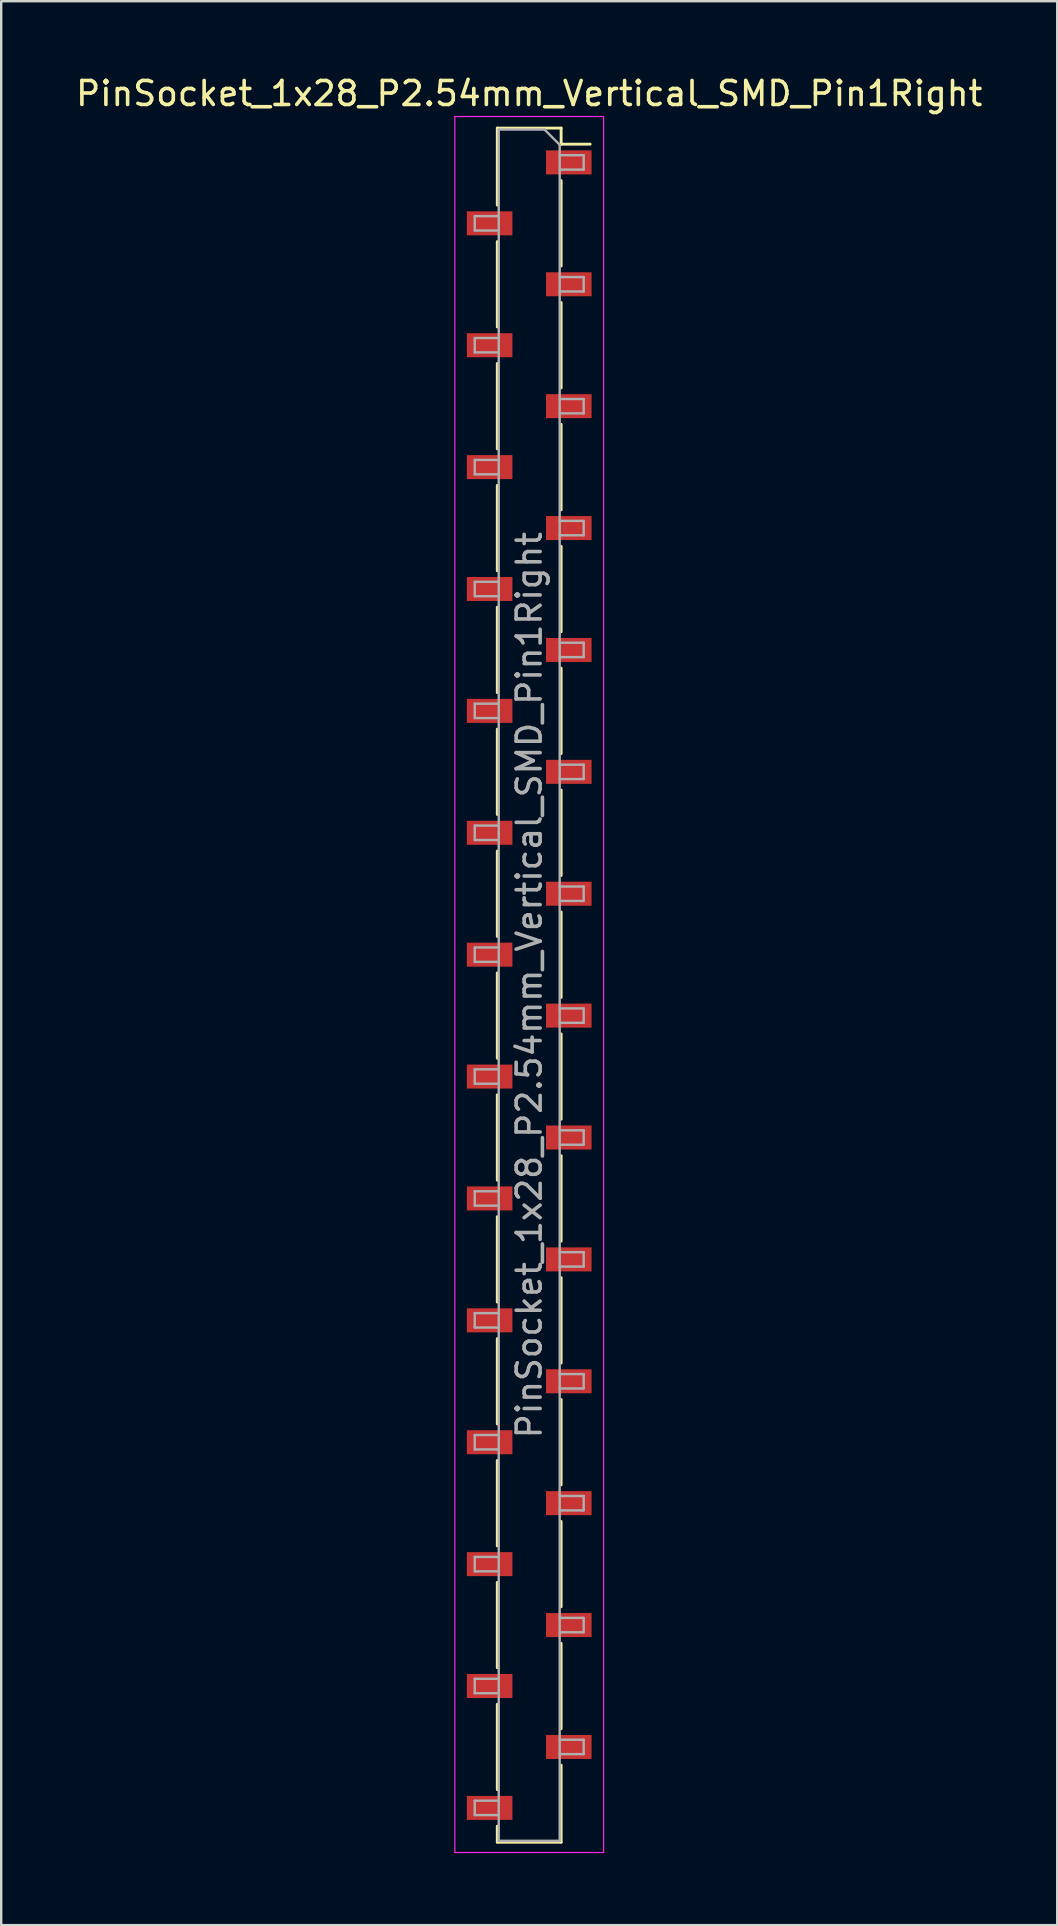
<source format=kicad_pcb>
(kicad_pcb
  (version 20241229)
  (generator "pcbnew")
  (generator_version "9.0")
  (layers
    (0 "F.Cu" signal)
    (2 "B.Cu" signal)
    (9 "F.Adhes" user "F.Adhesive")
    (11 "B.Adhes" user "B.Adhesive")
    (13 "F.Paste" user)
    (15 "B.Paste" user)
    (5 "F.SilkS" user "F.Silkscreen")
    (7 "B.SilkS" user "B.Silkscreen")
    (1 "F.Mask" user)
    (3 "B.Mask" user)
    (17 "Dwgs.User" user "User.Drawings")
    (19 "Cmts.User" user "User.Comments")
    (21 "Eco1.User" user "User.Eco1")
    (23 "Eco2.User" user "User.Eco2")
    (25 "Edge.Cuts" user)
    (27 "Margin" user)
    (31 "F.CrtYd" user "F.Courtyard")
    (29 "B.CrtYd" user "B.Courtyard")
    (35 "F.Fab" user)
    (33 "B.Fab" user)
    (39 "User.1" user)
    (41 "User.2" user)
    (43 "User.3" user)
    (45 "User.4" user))
  (footprint "PinSocket_1x28_P2.54mm_Vertical_SMD_Pin1Right"
    (layer "F.Cu")
    (at 19.006 38.008)
    (property "Reference" "PinSocket_1x28_P2.54mm_Vertical_SMD_Pin1Right" (at 0 -37.16 0) (layer "F.SilkS") (effects (font (size 1 1) (thickness 0.15))))
    (attr smd)
    (fp_line (start -1.33 -35.72) (end -1.33 -32.51) (stroke (width 0.12) (type solid)) (layer "F.SilkS"))
    (fp_line (start -1.33 -35.72) (end 1.33 -35.72) (stroke (width 0.12) (type solid)) (layer "F.SilkS"))
    (fp_line (start -1.33 -30.99) (end -1.33 -27.43) (stroke (width 0.12) (type solid)) (layer "F.SilkS"))
    (fp_line (start -1.33 -25.91) (end -1.33 -22.35) (stroke (width 0.12) (type solid)) (layer "F.SilkS"))
    (fp_line (start -1.33 -20.83) (end -1.33 -17.27) (stroke (width 0.12) (type solid)) (layer "F.SilkS"))
    (fp_line (start -1.33 -15.75) (end -1.33 -12.19) (stroke (width 0.12) (type solid)) (layer "F.SilkS"))
    (fp_line (start -1.33 -10.67) (end -1.33 -7.11) (stroke (width 0.12) (type solid)) (layer "F.SilkS"))
    (fp_line (start -1.33 -5.59) (end -1.33 -2.03) (stroke (width 0.12) (type solid)) (layer "F.SilkS"))
    (fp_line (start -1.33 -0.51) (end -1.33 3.05) (stroke (width 0.12) (type solid)) (layer "F.SilkS"))
    (fp_line (start -1.33 4.57) (end -1.33 8.13) (stroke (width 0.12) (type solid)) (layer "F.SilkS"))
    (fp_line (start -1.33 9.65) (end -1.33 13.21) (stroke (width 0.12) (type solid)) (layer "F.SilkS"))
    (fp_line (start -1.33 14.73) (end -1.33 18.29) (stroke (width 0.12) (type solid)) (layer "F.SilkS"))
    (fp_line (start -1.33 19.81) (end -1.33 23.37) (stroke (width 0.12) (type solid)) (layer "F.SilkS"))
    (fp_line (start -1.33 24.89) (end -1.33 28.45) (stroke (width 0.12) (type solid)) (layer "F.SilkS"))
    (fp_line (start -1.33 29.97) (end -1.33 33.53) (stroke (width 0.12) (type solid)) (layer "F.SilkS"))
    (fp_line (start -1.33 35.05) (end -1.33 35.72) (stroke (width 0.12) (type solid)) (layer "F.SilkS"))
    (fp_line (start -1.33 35.72) (end 1.33 35.72) (stroke (width 0.12) (type solid)) (layer "F.SilkS"))
    (fp_line (start 1.33 -35.72) (end 1.33 -35.05) (stroke (width 0.12) (type solid)) (layer "F.SilkS"))
    (fp_line (start 1.33 -35.05) (end 2.54 -35.05) (stroke (width 0.12) (type solid)) (layer "F.SilkS"))
    (fp_line (start 1.33 -33.53) (end 1.33 -29.97) (stroke (width 0.12) (type solid)) (layer "F.SilkS"))
    (fp_line (start 1.33 -28.45) (end 1.33 -24.89) (stroke (width 0.12) (type solid)) (layer "F.SilkS"))
    (fp_line (start 1.33 -23.37) (end 1.33 -19.81) (stroke (width 0.12) (type solid)) (layer "F.SilkS"))
    (fp_line (start 1.33 -18.29) (end 1.33 -14.73) (stroke (width 0.12) (type solid)) (layer "F.SilkS"))
    (fp_line (start 1.33 -13.21) (end 1.33 -9.65) (stroke (width 0.12) (type solid)) (layer "F.SilkS"))
    (fp_line (start 1.33 -8.13) (end 1.33 -4.57) (stroke (width 0.12) (type solid)) (layer "F.SilkS"))
    (fp_line (start 1.33 -3.05) (end 1.33 0.51) (stroke (width 0.12) (type solid)) (layer "F.SilkS"))
    (fp_line (start 1.33 2.03) (end 1.33 5.59) (stroke (width 0.12) (type solid)) (layer "F.SilkS"))
    (fp_line (start 1.33 7.11) (end 1.33 10.67) (stroke (width 0.12) (type solid)) (layer "F.SilkS"))
    (fp_line (start 1.33 12.19) (end 1.33 15.75) (stroke (width 0.12) (type solid)) (layer "F.SilkS"))
    (fp_line (start 1.33 17.27) (end 1.33 20.83) (stroke (width 0.12) (type solid)) (layer "F.SilkS"))
    (fp_line (start 1.33 22.35) (end 1.33 25.91) (stroke (width 0.12) (type solid)) (layer "F.SilkS"))
    (fp_line (start 1.33 27.43) (end 1.33 30.99) (stroke (width 0.12) (type solid)) (layer "F.SilkS"))
    (fp_line (start 1.33 32.51) (end 1.33 35.72) (stroke (width 0.12) (type solid)) (layer "F.SilkS"))
    (fp_line (start -3.1 -36.2) (end 3.1 -36.2) (stroke (width 0.05) (type solid)) (layer "F.CrtYd"))
    (fp_line (start -3.1 36.15) (end -3.1 -36.2) (stroke (width 0.05) (type solid)) (layer "F.CrtYd"))
    (fp_line (start 3.1 -36.2) (end 3.1 36.15) (stroke (width 0.05) (type solid)) (layer "F.CrtYd"))
    (fp_line (start 3.1 36.15) (end -3.1 36.15) (stroke (width 0.05) (type solid)) (layer "F.CrtYd"))
    (fp_line (start -2.27 -32.05) (end -1.27 -32.05) (stroke (width 0.1) (type solid)) (layer "F.Fab"))
    (fp_line (start -2.27 -31.45) (end -2.27 -32.05) (stroke (width 0.1) (type solid)) (layer "F.Fab"))
    (fp_line (start -2.27 -26.97) (end -1.27 -26.97) (stroke (width 0.1) (type solid)) (layer "F.Fab"))
    (fp_line (start -2.27 -26.37) (end -2.27 -26.97) (stroke (width 0.1) (type solid)) (layer "F.Fab"))
    (fp_line (start -2.27 -21.89) (end -1.27 -21.89) (stroke (width 0.1) (type solid)) (layer "F.Fab"))
    (fp_line (start -2.27 -21.29) (end -2.27 -21.89) (stroke (width 0.1) (type solid)) (layer "F.Fab"))
    (fp_line (start -2.27 -16.81) (end -1.27 -16.81) (stroke (width 0.1) (type solid)) (layer "F.Fab"))
    (fp_line (start -2.27 -16.21) (end -2.27 -16.81) (stroke (width 0.1) (type solid)) (layer "F.Fab"))
    (fp_line (start -2.27 -11.73) (end -1.27 -11.73) (stroke (width 0.1) (type solid)) (layer "F.Fab"))
    (fp_line (start -2.27 -11.13) (end -2.27 -11.73) (stroke (width 0.1) (type solid)) (layer "F.Fab"))
    (fp_line (start -2.27 -6.65) (end -1.27 -6.65) (stroke (width 0.1) (type solid)) (layer "F.Fab"))
    (fp_line (start -2.27 -6.05) (end -2.27 -6.65) (stroke (width 0.1) (type solid)) (layer "F.Fab"))
    (fp_line (start -2.27 -1.57) (end -1.27 -1.57) (stroke (width 0.1) (type solid)) (layer "F.Fab"))
    (fp_line (start -2.27 -0.97) (end -2.27 -1.57) (stroke (width 0.1) (type solid)) (layer "F.Fab"))
    (fp_line (start -2.27 3.51) (end -1.27 3.51) (stroke (width 0.1) (type solid)) (layer "F.Fab"))
    (fp_line (start -2.27 4.11) (end -2.27 3.51) (stroke (width 0.1) (type solid)) (layer "F.Fab"))
    (fp_line (start -2.27 8.59) (end -1.27 8.59) (stroke (width 0.1) (type solid)) (layer "F.Fab"))
    (fp_line (start -2.27 9.19) (end -2.27 8.59) (stroke (width 0.1) (type solid)) (layer "F.Fab"))
    (fp_line (start -2.27 13.67) (end -1.27 13.67) (stroke (width 0.1) (type solid)) (layer "F.Fab"))
    (fp_line (start -2.27 14.27) (end -2.27 13.67) (stroke (width 0.1) (type solid)) (layer "F.Fab"))
    (fp_line (start -2.27 18.75) (end -1.27 18.75) (stroke (width 0.1) (type solid)) (layer "F.Fab"))
    (fp_line (start -2.27 19.35) (end -2.27 18.75) (stroke (width 0.1) (type solid)) (layer "F.Fab"))
    (fp_line (start -2.27 23.83) (end -1.27 23.83) (stroke (width 0.1) (type solid)) (layer "F.Fab"))
    (fp_line (start -2.27 24.43) (end -2.27 23.83) (stroke (width 0.1) (type solid)) (layer "F.Fab"))
    (fp_line (start -2.27 28.91) (end -1.27 28.91) (stroke (width 0.1) (type solid)) (layer "F.Fab"))
    (fp_line (start -2.27 29.51) (end -2.27 28.91) (stroke (width 0.1) (type solid)) (layer "F.Fab"))
    (fp_line (start -2.27 33.99) (end -1.27 33.99) (stroke (width 0.1) (type solid)) (layer "F.Fab"))
    (fp_line (start -2.27 34.59) (end -2.27 33.99) (stroke (width 0.1) (type solid)) (layer "F.Fab"))
    (fp_line (start -1.27 -35.66) (end 0.635 -35.66) (stroke (width 0.1) (type solid)) (layer "F.Fab"))
    (fp_line (start -1.27 -31.45) (end -2.27 -31.45) (stroke (width 0.1) (type solid)) (layer "F.Fab"))
    (fp_line (start -1.27 -26.37) (end -2.27 -26.37) (stroke (width 0.1) (type solid)) (layer "F.Fab"))
    (fp_line (start -1.27 -21.29) (end -2.27 -21.29) (stroke (width 0.1) (type solid)) (layer "F.Fab"))
    (fp_line (start -1.27 -16.21) (end -2.27 -16.21) (stroke (width 0.1) (type solid)) (layer "F.Fab"))
    (fp_line (start -1.27 -11.13) (end -2.27 -11.13) (stroke (width 0.1) (type solid)) (layer "F.Fab"))
    (fp_line (start -1.27 -6.05) (end -2.27 -6.05) (stroke (width 0.1) (type solid)) (layer "F.Fab"))
    (fp_line (start -1.27 -0.97) (end -2.27 -0.97) (stroke (width 0.1) (type solid)) (layer "F.Fab"))
    (fp_line (start -1.27 4.11) (end -2.27 4.11) (stroke (width 0.1) (type solid)) (layer "F.Fab"))
    (fp_line (start -1.27 9.19) (end -2.27 9.19) (stroke (width 0.1) (type solid)) (layer "F.Fab"))
    (fp_line (start -1.27 14.27) (end -2.27 14.27) (stroke (width 0.1) (type solid)) (layer "F.Fab"))
    (fp_line (start -1.27 19.35) (end -2.27 19.35) (stroke (width 0.1) (type solid)) (layer "F.Fab"))
    (fp_line (start -1.27 24.43) (end -2.27 24.43) (stroke (width 0.1) (type solid)) (layer "F.Fab"))
    (fp_line (start -1.27 29.51) (end -2.27 29.51) (stroke (width 0.1) (type solid)) (layer "F.Fab"))
    (fp_line (start -1.27 34.59) (end -2.27 34.59) (stroke (width 0.1) (type solid)) (layer "F.Fab"))
    (fp_line (start -1.27 35.66) (end -1.27 -35.66) (stroke (width 0.1) (type solid)) (layer "F.Fab"))
    (fp_line (start 0.635 -35.66) (end 1.27 -35.025) (stroke (width 0.1) (type solid)) (layer "F.Fab"))
    (fp_line (start 1.27 -35.025) (end 1.27 35.66) (stroke (width 0.1) (type solid)) (layer "F.Fab"))
    (fp_line (start 1.27 -34.59) (end 2.27 -34.59) (stroke (width 0.1) (type solid)) (layer "F.Fab"))
    (fp_line (start 1.27 -29.51) (end 2.27 -29.51) (stroke (width 0.1) (type solid)) (layer "F.Fab"))
    (fp_line (start 1.27 -24.43) (end 2.27 -24.43) (stroke (width 0.1) (type solid)) (layer "F.Fab"))
    (fp_line (start 1.27 -19.35) (end 2.27 -19.35) (stroke (width 0.1) (type solid)) (layer "F.Fab"))
    (fp_line (start 1.27 -14.27) (end 2.27 -14.27) (stroke (width 0.1) (type solid)) (layer "F.Fab"))
    (fp_line (start 1.27 -9.19) (end 2.27 -9.19) (stroke (width 0.1) (type solid)) (layer "F.Fab"))
    (fp_line (start 1.27 -4.11) (end 2.27 -4.11) (stroke (width 0.1) (type solid)) (layer "F.Fab"))
    (fp_line (start 1.27 0.97) (end 2.27 0.97) (stroke (width 0.1) (type solid)) (layer "F.Fab"))
    (fp_line (start 1.27 6.05) (end 2.27 6.05) (stroke (width 0.1) (type solid)) (layer "F.Fab"))
    (fp_line (start 1.27 11.13) (end 2.27 11.13) (stroke (width 0.1) (type solid)) (layer "F.Fab"))
    (fp_line (start 1.27 16.21) (end 2.27 16.21) (stroke (width 0.1) (type solid)) (layer "F.Fab"))
    (fp_line (start 1.27 21.29) (end 2.27 21.29) (stroke (width 0.1) (type solid)) (layer "F.Fab"))
    (fp_line (start 1.27 26.37) (end 2.27 26.37) (stroke (width 0.1) (type solid)) (layer "F.Fab"))
    (fp_line (start 1.27 31.45) (end 2.27 31.45) (stroke (width 0.1) (type solid)) (layer "F.Fab"))
    (fp_line (start 1.27 35.66) (end -1.27 35.66) (stroke (width 0.1) (type solid)) (layer "F.Fab"))
    (fp_line (start 2.27 -34.59) (end 2.27 -33.99) (stroke (width 0.1) (type solid)) (layer "F.Fab"))
    (fp_line (start 2.27 -33.99) (end 1.27 -33.99) (stroke (width 0.1) (type solid)) (layer "F.Fab"))
    (fp_line (start 2.27 -29.51) (end 2.27 -28.91) (stroke (width 0.1) (type solid)) (layer "F.Fab"))
    (fp_line (start 2.27 -28.91) (end 1.27 -28.91) (stroke (width 0.1) (type solid)) (layer "F.Fab"))
    (fp_line (start 2.27 -24.43) (end 2.27 -23.83) (stroke (width 0.1) (type solid)) (layer "F.Fab"))
    (fp_line (start 2.27 -23.83) (end 1.27 -23.83) (stroke (width 0.1) (type solid)) (layer "F.Fab"))
    (fp_line (start 2.27 -19.35) (end 2.27 -18.75) (stroke (width 0.1) (type solid)) (layer "F.Fab"))
    (fp_line (start 2.27 -18.75) (end 1.27 -18.75) (stroke (width 0.1) (type solid)) (layer "F.Fab"))
    (fp_line (start 2.27 -14.27) (end 2.27 -13.67) (stroke (width 0.1) (type solid)) (layer "F.Fab"))
    (fp_line (start 2.27 -13.67) (end 1.27 -13.67) (stroke (width 0.1) (type solid)) (layer "F.Fab"))
    (fp_line (start 2.27 -9.19) (end 2.27 -8.59) (stroke (width 0.1) (type solid)) (layer "F.Fab"))
    (fp_line (start 2.27 -8.59) (end 1.27 -8.59) (stroke (width 0.1) (type solid)) (layer "F.Fab"))
    (fp_line (start 2.27 -4.11) (end 2.27 -3.51) (stroke (width 0.1) (type solid)) (layer "F.Fab"))
    (fp_line (start 2.27 -3.51) (end 1.27 -3.51) (stroke (width 0.1) (type solid)) (layer "F.Fab"))
    (fp_line (start 2.27 0.97) (end 2.27 1.57) (stroke (width 0.1) (type solid)) (layer "F.Fab"))
    (fp_line (start 2.27 1.57) (end 1.27 1.57) (stroke (width 0.1) (type solid)) (layer "F.Fab"))
    (fp_line (start 2.27 6.05) (end 2.27 6.65) (stroke (width 0.1) (type solid)) (layer "F.Fab"))
    (fp_line (start 2.27 6.65) (end 1.27 6.65) (stroke (width 0.1) (type solid)) (layer "F.Fab"))
    (fp_line (start 2.27 11.13) (end 2.27 11.73) (stroke (width 0.1) (type solid)) (layer "F.Fab"))
    (fp_line (start 2.27 11.73) (end 1.27 11.73) (stroke (width 0.1) (type solid)) (layer "F.Fab"))
    (fp_line (start 2.27 16.21) (end 2.27 16.81) (stroke (width 0.1) (type solid)) (layer "F.Fab"))
    (fp_line (start 2.27 16.81) (end 1.27 16.81) (stroke (width 0.1) (type solid)) (layer "F.Fab"))
    (fp_line (start 2.27 21.29) (end 2.27 21.89) (stroke (width 0.1) (type solid)) (layer "F.Fab"))
    (fp_line (start 2.27 21.89) (end 1.27 21.89) (stroke (width 0.1) (type solid)) (layer "F.Fab"))
    (fp_line (start 2.27 26.37) (end 2.27 26.97) (stroke (width 0.1) (type solid)) (layer "F.Fab"))
    (fp_line (start 2.27 26.97) (end 1.27 26.97) (stroke (width 0.1) (type solid)) (layer "F.Fab"))
    (fp_line (start 2.27 31.45) (end 2.27 32.05) (stroke (width 0.1) (type solid)) (layer "F.Fab"))
    (fp_line (start 2.27 32.05) (end 1.27 32.05) (stroke (width 0.1) (type solid)) (layer "F.Fab"))
    (fp_text user "${REFERENCE}" (at 0 0 90) (layer "F.Fab") (effects (font (size 1 1) (thickness 0.15))))
    (pad "1" smd rect (at 1.65 -34.29) (size 1.9 1) (layers "F.Cu" "F.Mask" "F.Paste"))
    (pad "2" smd rect (at -1.65 -31.75) (size 1.9 1) (layers "F.Cu" "F.Mask" "F.Paste"))
    (pad "3" smd rect (at 1.65 -29.21) (size 1.9 1) (layers "F.Cu" "F.Mask" "F.Paste"))
    (pad "4" smd rect (at -1.65 -26.67) (size 1.9 1) (layers "F.Cu" "F.Mask" "F.Paste"))
    (pad "5" smd rect (at 1.65 -24.13) (size 1.9 1) (layers "F.Cu" "F.Mask" "F.Paste"))
    (pad "6" smd rect (at -1.65 -21.59) (size 1.9 1) (layers "F.Cu" "F.Mask" "F.Paste"))
    (pad "7" smd rect (at 1.65 -19.05) (size 1.9 1) (layers "F.Cu" "F.Mask" "F.Paste"))
    (pad "8" smd rect (at -1.65 -16.51) (size 1.9 1) (layers "F.Cu" "F.Mask" "F.Paste"))
    (pad "9" smd rect (at 1.65 -13.97) (size 1.9 1) (layers "F.Cu" "F.Mask" "F.Paste"))
    (pad "10" smd rect (at -1.65 -11.43) (size 1.9 1) (layers "F.Cu" "F.Mask" "F.Paste"))
    (pad "11" smd rect (at 1.65 -8.89) (size 1.9 1) (layers "F.Cu" "F.Mask" "F.Paste"))
    (pad "12" smd rect (at -1.65 -6.35) (size 1.9 1) (layers "F.Cu" "F.Mask" "F.Paste"))
    (pad "13" smd rect (at 1.65 -3.81) (size 1.9 1) (layers "F.Cu" "F.Mask" "F.Paste"))
    (pad "14" smd rect (at -1.65 -1.27) (size 1.9 1) (layers "F.Cu" "F.Mask" "F.Paste"))
    (pad "15" smd rect (at 1.65 1.27) (size 1.9 1) (layers "F.Cu" "F.Mask" "F.Paste"))
    (pad "16" smd rect (at -1.65 3.81) (size 1.9 1) (layers "F.Cu" "F.Mask" "F.Paste"))
    (pad "17" smd rect (at 1.65 6.35) (size 1.9 1) (layers "F.Cu" "F.Mask" "F.Paste"))
    (pad "18" smd rect (at -1.65 8.89) (size 1.9 1) (layers "F.Cu" "F.Mask" "F.Paste"))
    (pad "19" smd rect (at 1.65 11.43) (size 1.9 1) (layers "F.Cu" "F.Mask" "F.Paste"))
    (pad "20" smd rect (at -1.65 13.97) (size 1.9 1) (layers "F.Cu" "F.Mask" "F.Paste"))
    (pad "21" smd rect (at 1.65 16.51) (size 1.9 1) (layers "F.Cu" "F.Mask" "F.Paste"))
    (pad "22" smd rect (at -1.65 19.05) (size 1.9 1) (layers "F.Cu" "F.Mask" "F.Paste"))
    (pad "23" smd rect (at 1.65 21.59) (size 1.9 1) (layers "F.Cu" "F.Mask" "F.Paste"))
    (pad "24" smd rect (at -1.65 24.13) (size 1.9 1) (layers "F.Cu" "F.Mask" "F.Paste"))
    (pad "25" smd rect (at 1.65 26.67) (size 1.9 1) (layers "F.Cu" "F.Mask" "F.Paste"))
    (pad "26" smd rect (at -1.65 29.21) (size 1.9 1) (layers "F.Cu" "F.Mask" "F.Paste"))
    (pad "27" smd rect (at 1.65 31.75) (size 1.9 1) (layers "F.Cu" "F.Mask" "F.Paste"))
    (pad "28" smd rect (at -1.65 34.29) (size 1.9 1) (layers "F.Cu" "F.Mask" "F.Paste")))
  (gr_rect
    (start -3 -3)
    (end 41.012 77.183)
    (stroke (width 0.1) (type default))
    (fill no)
    (layer "Edge.Cuts")))
</source>
